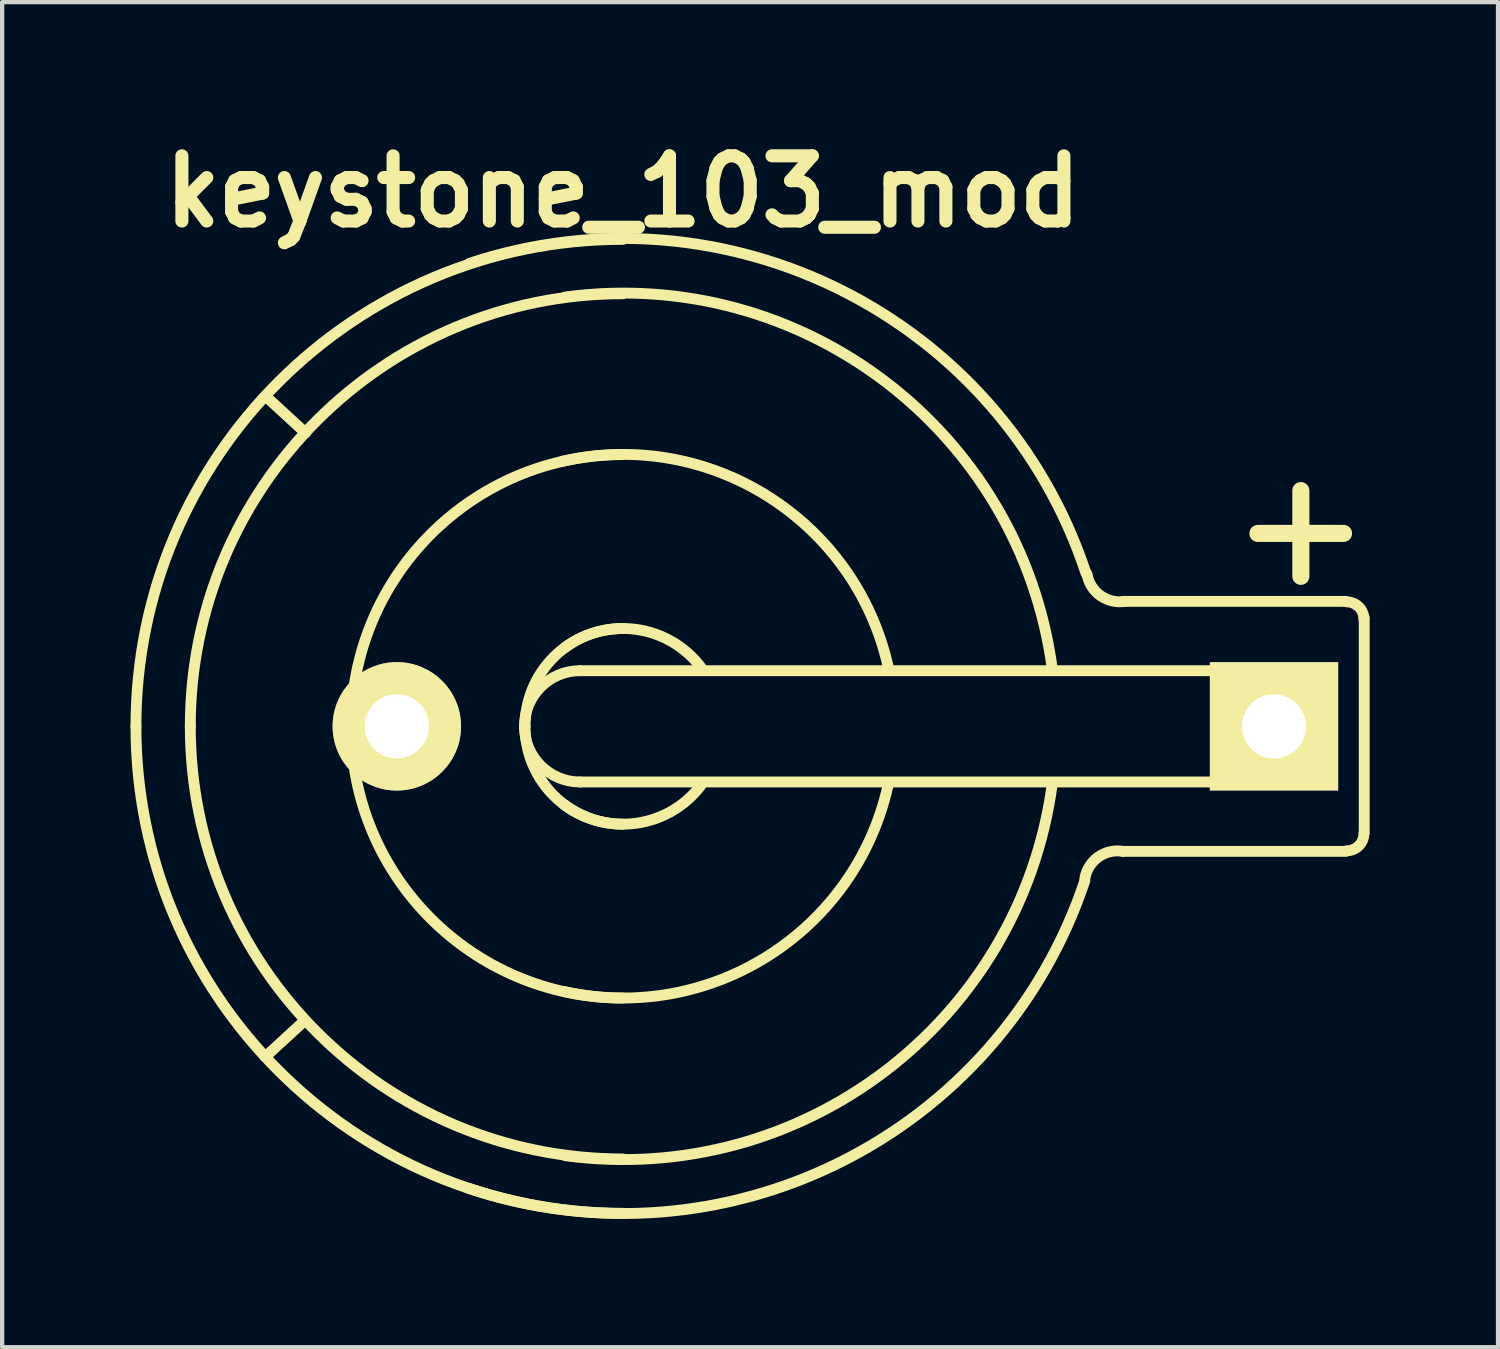
<source format=kicad_pcb>
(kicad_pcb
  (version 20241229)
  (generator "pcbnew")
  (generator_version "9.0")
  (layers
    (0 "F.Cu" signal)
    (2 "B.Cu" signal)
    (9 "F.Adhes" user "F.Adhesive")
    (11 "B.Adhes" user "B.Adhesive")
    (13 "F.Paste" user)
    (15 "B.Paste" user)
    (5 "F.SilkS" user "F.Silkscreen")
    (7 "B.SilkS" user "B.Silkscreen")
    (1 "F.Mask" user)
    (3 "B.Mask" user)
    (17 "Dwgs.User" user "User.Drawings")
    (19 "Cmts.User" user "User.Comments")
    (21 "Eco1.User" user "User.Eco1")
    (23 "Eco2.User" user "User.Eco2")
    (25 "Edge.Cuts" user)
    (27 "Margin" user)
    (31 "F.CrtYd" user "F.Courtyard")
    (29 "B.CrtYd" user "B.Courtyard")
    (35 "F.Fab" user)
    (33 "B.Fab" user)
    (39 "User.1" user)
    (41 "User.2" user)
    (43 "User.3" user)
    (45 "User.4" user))
  (footprint "keystone_103_mod"
    (layer "F.Cu")
    (at 11.506 13.923)
    (property "Reference" "keystone_103_mod" (at 0 -12.497 0) (layer "F.SilkS") (effects (font (size 1.524 1.524) (thickness 0.305))))
    (attr through_hole)
    (fp_line (start -8.357 -7.722) (end -7.417 -6.858) (stroke (width 0.254) (type solid)) (layer "F.SilkS"))
    (fp_line (start -8.357 7.722) (end -7.442 6.883) (stroke (width 0.254) (type solid)) (layer "F.SilkS"))
    (fp_line (start -1.001 -1.3) (end 15.199 -1.3) (stroke (width 0.254) (type solid)) (layer "F.SilkS"))
    (fp_line (start 11.684 -2.921) (end 16.891 -2.921) (stroke (width 0.254) (type solid)) (layer "F.SilkS"))
    (fp_line (start 14.839 -4.508) (end 16.84 -4.508) (stroke (width 0.399) (type solid)) (layer "F.SilkS"))
    (fp_line (start 15.199 1.3) (end -1.001 1.3) (stroke (width 0.254) (type solid)) (layer "F.SilkS"))
    (fp_line (start 15.207 -1.3) (end 15.207 1.3) (stroke (width 0.254) (type solid)) (layer "F.SilkS"))
    (fp_line (start 15.842 -3.505) (end 15.842 -5.509) (stroke (width 0.399) (type solid)) (layer "F.SilkS"))
    (fp_line (start 16.891 2.921) (end 11.684 2.921) (stroke (width 0.254) (type solid)) (layer "F.SilkS"))
    (fp_line (start 17.323 -2.54) (end 17.323 2.489) (stroke (width 0.254) (type solid)) (layer "F.SilkS"))
    (fp_arc (start -11.3792 0) (mid -8.046309 -8.046309) (end 0 -11.3792) (stroke (width 0.254) (type solid)) (layer "F.SilkS"))
    (fp_arc (start -10.1092 0) (mid -7.148284 -7.148284) (end 0 -10.1092) (stroke (width 0.254) (type solid)) (layer "F.SilkS"))
    (fp_arc (start -6.35 0.0254) (mid -4.508089 -4.472168) (end -0.0254 -6.35) (stroke (width 0.254) (type solid)) (layer "F.SilkS"))
    (fp_arc (start -3.5814 -10.8204) (mid 5.118746 -10.18361) (end 10.8204 -3.5814) (stroke (width 0.254) (type solid)) (layer "F.SilkS"))
    (fp_arc (start -2.30124 0) (mid -1.920338 -0.919578) (end -1.00076 -1.30048) (stroke (width 0.254) (type solid)) (layer "F.SilkS"))
    (fp_arc (start -2.286 0) (mid -1.616446 -1.616446) (end 0 -2.286) (stroke (width 0.254) (type solid)) (layer "F.SilkS"))
    (fp_arc (start -1.397 -6.1976) (mid 3.394537 -5.370193) (end 6.1976 -1.397) (stroke (width 0.254) (type solid)) (layer "F.SilkS"))
    (fp_arc (start -1.3716 -1.8288) (mid 0.323289 -2.263025) (end 1.8288 -1.3716) (stroke (width 0.254) (type solid)) (layer "F.SilkS"))
    (fp_arc (start -1.3462 -10.033) (mid 6.142495 -8.046309) (end 10.033 -1.3462) (stroke (width 0.254) (type solid)) (layer "F.SilkS"))
    (fp_arc (start -1.00076 1.30048) (mid -1.920338 0.919578) (end -2.30124 0) (stroke (width 0.254) (type solid)) (layer "F.SilkS"))
    (fp_arc (start 0 2.286) (mid -1.616446 1.616446) (end -2.286 0) (stroke (width 0.254) (type solid)) (layer "F.SilkS"))
    (fp_arc (start 0 6.35) (mid -4.490128 4.490128) (end -6.35 0) (stroke (width 0.254) (type solid)) (layer "F.SilkS"))
    (fp_arc (start 0 10.1092) (mid -7.148284 7.148284) (end -10.1092 0) (stroke (width 0.254) (type solid)) (layer "F.SilkS"))
    (fp_arc (start 0 11.3792) (mid -8.046309 8.046309) (end -11.3792 0) (stroke (width 0.254) (type solid)) (layer "F.SilkS"))
    (fp_arc (start 1.8288 1.3716) (mid 0.323289 2.263025) (end -1.3716 1.8288) (stroke (width 0.254) (type solid)) (layer "F.SilkS"))
    (fp_arc (start 6.1976 1.3716) (mid 3.412497 5.352233) (end -1.3716 6.1976) (stroke (width 0.254) (type solid)) (layer "F.SilkS"))
    (fp_arc (start 10.033 1.3462) (mid 6.142495 8.046309) (end -1.3462 10.033) (stroke (width 0.254) (type solid)) (layer "F.SilkS"))
    (fp_arc (start 10.795 3.556) (mid 11.107987 3.054382) (end 11.684 2.921) (stroke (width 0.254) (type solid)) (layer "F.SilkS"))
    (fp_arc (start 10.795 3.6068) (mid 5.082825 10.18361) (end -3.6068 10.795) (stroke (width 0.254) (type solid)) (layer "F.SilkS"))
    (fp_arc (start 11.7348 -2.921) (mid 11.158787 -3.054382) (end 10.8458 -3.556) (stroke (width 0.254) (type solid)) (layer "F.SilkS"))
    (fp_arc (start 16.91386 -2.9083) (mid 17.197636 -2.790756) (end 17.31518 -2.50698) (stroke (width 0.254) (type solid)) (layer "F.SilkS"))
    (fp_arc (start 17.31518 2.50698) (mid 17.197636 2.790756) (end 16.91386 2.9083) (stroke (width 0.254) (type solid)) (layer "F.SilkS"))
    (pad "+" thru_hole circle (at -5.283 0) (size 3 3) (drill 1.499) (layers "*.Cu" "*.Mask" "F.SilkS"))
    (pad "-" thru_hole rect (at 15.215 0) (size 2.997 2.997) (drill 1.499) (layers "*.Cu" "*.Mask" "F.SilkS")))
  (gr_rect
    (start -3 -3)
    (end 31.956 28.432)
    (stroke (width 0.1) (type default))
    (fill no)
    (layer "Edge.Cuts")))
</source>
